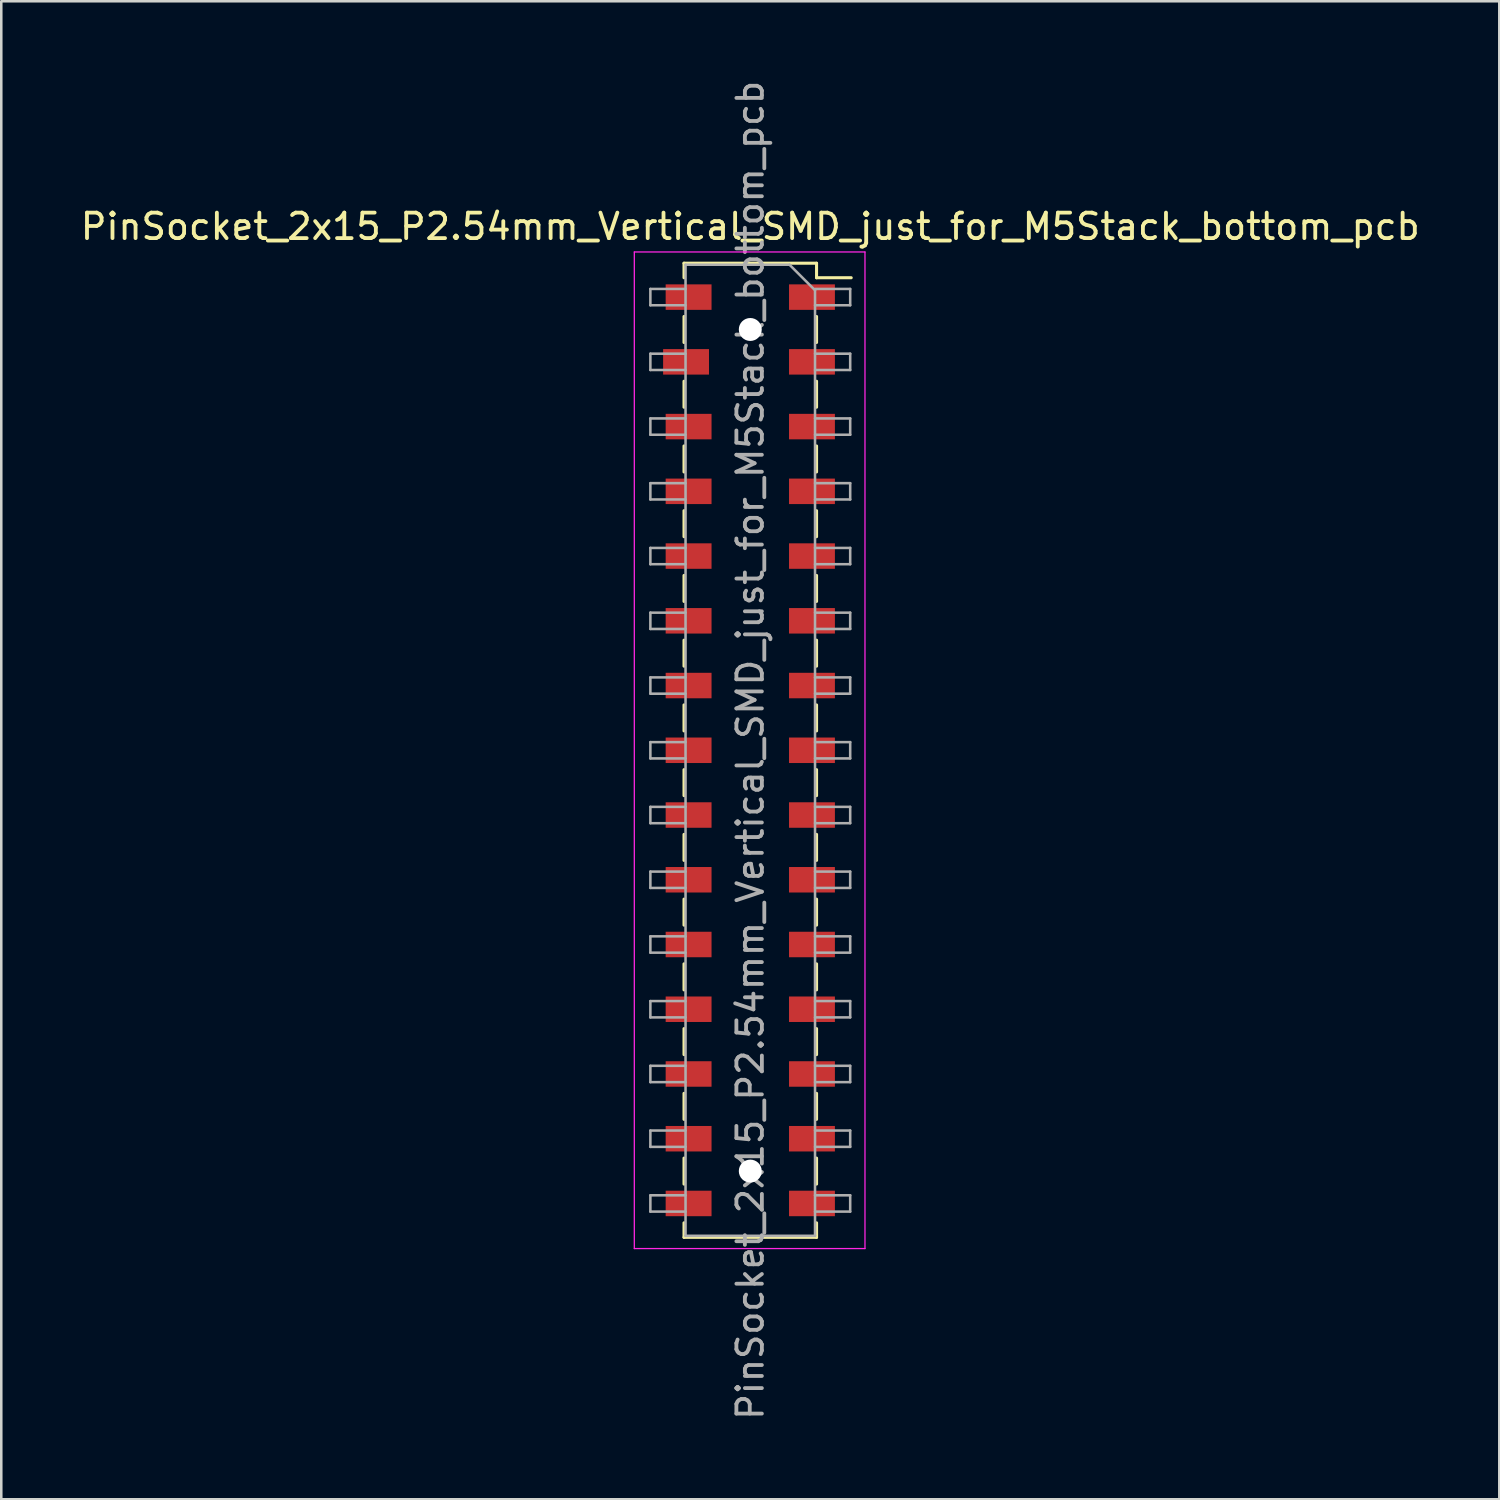
<source format=kicad_pcb>
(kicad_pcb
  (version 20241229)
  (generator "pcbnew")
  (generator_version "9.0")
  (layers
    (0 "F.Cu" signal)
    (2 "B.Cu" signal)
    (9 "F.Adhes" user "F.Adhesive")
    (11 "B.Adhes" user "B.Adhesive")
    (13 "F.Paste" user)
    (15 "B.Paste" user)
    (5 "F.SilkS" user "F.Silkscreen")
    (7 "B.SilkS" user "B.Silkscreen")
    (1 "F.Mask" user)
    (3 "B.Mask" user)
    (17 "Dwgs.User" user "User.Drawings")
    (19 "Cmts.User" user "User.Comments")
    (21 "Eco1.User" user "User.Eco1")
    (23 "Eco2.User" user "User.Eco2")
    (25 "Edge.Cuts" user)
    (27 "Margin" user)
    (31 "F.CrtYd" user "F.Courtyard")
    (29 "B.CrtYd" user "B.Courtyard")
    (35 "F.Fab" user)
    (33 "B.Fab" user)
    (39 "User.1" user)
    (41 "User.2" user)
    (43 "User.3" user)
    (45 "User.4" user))
  (footprint "PinSocket_2x15_P2.54mm_Vertical_SMD_just_for_M5Stack_bottom_pcb"
    (layer "F.Cu")
    (at 26.387 26.387)
    (property "Reference" "PinSocket_2x15_P2.54mm_Vertical_SMD_just_for_M5Stack_bottom_pcb" (at 0 -20.55 0) (layer "F.SilkS") (effects (font (size 1 1) (thickness 0.15))))
    (attr smd)
    (fp_line (start -2.6 -19.11) (end -2.6 -18.54) (stroke (width 0.12) (type solid)) (layer "F.SilkS"))
    (fp_line (start -2.6 -19.11) (end 2.6 -19.11) (stroke (width 0.12) (type solid)) (layer "F.SilkS"))
    (fp_line (start -2.6 -17.02) (end -2.6 -16) (stroke (width 0.12) (type solid)) (layer "F.SilkS"))
    (fp_line (start -2.6 -14.48) (end -2.6 -13.46) (stroke (width 0.12) (type solid)) (layer "F.SilkS"))
    (fp_line (start -2.6 -11.94) (end -2.6 -10.92) (stroke (width 0.12) (type solid)) (layer "F.SilkS"))
    (fp_line (start -2.6 -9.4) (end -2.6 -8.38) (stroke (width 0.12) (type solid)) (layer "F.SilkS"))
    (fp_line (start -2.6 -6.86) (end -2.6 -5.84) (stroke (width 0.12) (type solid)) (layer "F.SilkS"))
    (fp_line (start -2.6 -4.32) (end -2.6 -3.3) (stroke (width 0.12) (type solid)) (layer "F.SilkS"))
    (fp_line (start -2.6 -1.78) (end -2.6 -0.76) (stroke (width 0.12) (type solid)) (layer "F.SilkS"))
    (fp_line (start -2.6 0.76) (end -2.6 1.78) (stroke (width 0.12) (type solid)) (layer "F.SilkS"))
    (fp_line (start -2.6 3.3) (end -2.6 4.32) (stroke (width 0.12) (type solid)) (layer "F.SilkS"))
    (fp_line (start -2.6 5.84) (end -2.6 6.86) (stroke (width 0.12) (type solid)) (layer "F.SilkS"))
    (fp_line (start -2.6 8.38) (end -2.6 9.4) (stroke (width 0.12) (type solid)) (layer "F.SilkS"))
    (fp_line (start -2.6 10.92) (end -2.6 11.94) (stroke (width 0.12) (type solid)) (layer "F.SilkS"))
    (fp_line (start -2.6 13.46) (end -2.6 14.48) (stroke (width 0.12) (type solid)) (layer "F.SilkS"))
    (fp_line (start -2.6 16) (end -2.6 17.02) (stroke (width 0.12) (type solid)) (layer "F.SilkS"))
    (fp_line (start -2.6 18.54) (end -2.6 19.11) (stroke (width 0.12) (type solid)) (layer "F.SilkS"))
    (fp_line (start -2.6 19.11) (end 2.6 19.11) (stroke (width 0.12) (type solid)) (layer "F.SilkS"))
    (fp_line (start 2.6 -19.11) (end 2.6 -18.54) (stroke (width 0.12) (type solid)) (layer "F.SilkS"))
    (fp_line (start 2.6 -18.54) (end 3.96 -18.54) (stroke (width 0.12) (type solid)) (layer "F.SilkS"))
    (fp_line (start 2.6 -17.02) (end 2.6 -16) (stroke (width 0.12) (type solid)) (layer "F.SilkS"))
    (fp_line (start 2.6 -14.48) (end 2.6 -13.46) (stroke (width 0.12) (type solid)) (layer "F.SilkS"))
    (fp_line (start 2.6 -11.94) (end 2.6 -10.92) (stroke (width 0.12) (type solid)) (layer "F.SilkS"))
    (fp_line (start 2.6 -9.4) (end 2.6 -8.38) (stroke (width 0.12) (type solid)) (layer "F.SilkS"))
    (fp_line (start 2.6 -6.86) (end 2.6 -5.84) (stroke (width 0.12) (type solid)) (layer "F.SilkS"))
    (fp_line (start 2.6 -4.32) (end 2.6 -3.3) (stroke (width 0.12) (type solid)) (layer "F.SilkS"))
    (fp_line (start 2.6 -1.78) (end 2.6 -0.76) (stroke (width 0.12) (type solid)) (layer "F.SilkS"))
    (fp_line (start 2.6 0.76) (end 2.6 1.78) (stroke (width 0.12) (type solid)) (layer "F.SilkS"))
    (fp_line (start 2.6 3.3) (end 2.6 4.32) (stroke (width 0.12) (type solid)) (layer "F.SilkS"))
    (fp_line (start 2.6 5.84) (end 2.6 6.86) (stroke (width 0.12) (type solid)) (layer "F.SilkS"))
    (fp_line (start 2.6 8.38) (end 2.6 9.4) (stroke (width 0.12) (type solid)) (layer "F.SilkS"))
    (fp_line (start 2.6 10.92) (end 2.6 11.94) (stroke (width 0.12) (type solid)) (layer "F.SilkS"))
    (fp_line (start 2.6 13.46) (end 2.6 14.48) (stroke (width 0.12) (type solid)) (layer "F.SilkS"))
    (fp_line (start 2.6 16) (end 2.6 17.02) (stroke (width 0.12) (type solid)) (layer "F.SilkS"))
    (fp_line (start 2.6 18.54) (end 2.6 19.11) (stroke (width 0.12) (type solid)) (layer "F.SilkS"))
    (fp_line (start -4.55 -19.55) (end 4.5 -19.55) (stroke (width 0.05) (type solid)) (layer "F.CrtYd"))
    (fp_line (start -4.55 19.55) (end -4.55 -19.55) (stroke (width 0.05) (type solid)) (layer "F.CrtYd"))
    (fp_line (start 4.5 -19.55) (end 4.5 19.55) (stroke (width 0.05) (type solid)) (layer "F.CrtYd"))
    (fp_line (start 4.5 19.55) (end -4.55 19.55) (stroke (width 0.05) (type solid)) (layer "F.CrtYd"))
    (fp_line (start -3.92 -18.1) (end -2.54 -18.1) (stroke (width 0.1) (type solid)) (layer "F.Fab"))
    (fp_line (start -3.92 -17.46) (end -3.92 -18.1) (stroke (width 0.1) (type solid)) (layer "F.Fab"))
    (fp_line (start -3.92 -15.56) (end -2.54 -15.56) (stroke (width 0.1) (type solid)) (layer "F.Fab"))
    (fp_line (start -3.92 -14.92) (end -3.92 -15.56) (stroke (width 0.1) (type solid)) (layer "F.Fab"))
    (fp_line (start -3.92 -13.02) (end -2.54 -13.02) (stroke (width 0.1) (type solid)) (layer "F.Fab"))
    (fp_line (start -3.92 -12.38) (end -3.92 -13.02) (stroke (width 0.1) (type solid)) (layer "F.Fab"))
    (fp_line (start -3.92 -10.48) (end -2.54 -10.48) (stroke (width 0.1) (type solid)) (layer "F.Fab"))
    (fp_line (start -3.92 -9.84) (end -3.92 -10.48) (stroke (width 0.1) (type solid)) (layer "F.Fab"))
    (fp_line (start -3.92 -7.94) (end -2.54 -7.94) (stroke (width 0.1) (type solid)) (layer "F.Fab"))
    (fp_line (start -3.92 -7.3) (end -3.92 -7.94) (stroke (width 0.1) (type solid)) (layer "F.Fab"))
    (fp_line (start -3.92 -5.4) (end -2.54 -5.4) (stroke (width 0.1) (type solid)) (layer "F.Fab"))
    (fp_line (start -3.92 -4.76) (end -3.92 -5.4) (stroke (width 0.1) (type solid)) (layer "F.Fab"))
    (fp_line (start -3.92 -2.86) (end -2.54 -2.86) (stroke (width 0.1) (type solid)) (layer "F.Fab"))
    (fp_line (start -3.92 -2.22) (end -3.92 -2.86) (stroke (width 0.1) (type solid)) (layer "F.Fab"))
    (fp_line (start -3.92 -0.32) (end -2.54 -0.32) (stroke (width 0.1) (type solid)) (layer "F.Fab"))
    (fp_line (start -3.92 0.32) (end -3.92 -0.32) (stroke (width 0.1) (type solid)) (layer "F.Fab"))
    (fp_line (start -3.92 2.22) (end -2.54 2.22) (stroke (width 0.1) (type solid)) (layer "F.Fab"))
    (fp_line (start -3.92 2.86) (end -3.92 2.22) (stroke (width 0.1) (type solid)) (layer "F.Fab"))
    (fp_line (start -3.92 4.76) (end -2.54 4.76) (stroke (width 0.1) (type solid)) (layer "F.Fab"))
    (fp_line (start -3.92 5.4) (end -3.92 4.76) (stroke (width 0.1) (type solid)) (layer "F.Fab"))
    (fp_line (start -3.92 7.3) (end -2.54 7.3) (stroke (width 0.1) (type solid)) (layer "F.Fab"))
    (fp_line (start -3.92 7.94) (end -3.92 7.3) (stroke (width 0.1) (type solid)) (layer "F.Fab"))
    (fp_line (start -3.92 9.84) (end -2.54 9.84) (stroke (width 0.1) (type solid)) (layer "F.Fab"))
    (fp_line (start -3.92 10.48) (end -3.92 9.84) (stroke (width 0.1) (type solid)) (layer "F.Fab"))
    (fp_line (start -3.92 12.38) (end -2.54 12.38) (stroke (width 0.1) (type solid)) (layer "F.Fab"))
    (fp_line (start -3.92 13.02) (end -3.92 12.38) (stroke (width 0.1) (type solid)) (layer "F.Fab"))
    (fp_line (start -3.92 14.92) (end -2.54 14.92) (stroke (width 0.1) (type solid)) (layer "F.Fab"))
    (fp_line (start -3.92 15.56) (end -3.92 14.92) (stroke (width 0.1) (type solid)) (layer "F.Fab"))
    (fp_line (start -3.92 17.46) (end -2.54 17.46) (stroke (width 0.1) (type solid)) (layer "F.Fab"))
    (fp_line (start -3.92 18.1) (end -3.92 17.46) (stroke (width 0.1) (type solid)) (layer "F.Fab"))
    (fp_line (start -2.54 -19.05) (end 1.54 -19.05) (stroke (width 0.1) (type solid)) (layer "F.Fab"))
    (fp_line (start -2.54 -17.46) (end -3.92 -17.46) (stroke (width 0.1) (type solid)) (layer "F.Fab"))
    (fp_line (start -2.54 -14.92) (end -3.92 -14.92) (stroke (width 0.1) (type solid)) (layer "F.Fab"))
    (fp_line (start -2.54 -12.38) (end -3.92 -12.38) (stroke (width 0.1) (type solid)) (layer "F.Fab"))
    (fp_line (start -2.54 -9.84) (end -3.92 -9.84) (stroke (width 0.1) (type solid)) (layer "F.Fab"))
    (fp_line (start -2.54 -7.3) (end -3.92 -7.3) (stroke (width 0.1) (type solid)) (layer "F.Fab"))
    (fp_line (start -2.54 -4.76) (end -3.92 -4.76) (stroke (width 0.1) (type solid)) (layer "F.Fab"))
    (fp_line (start -2.54 -2.22) (end -3.92 -2.22) (stroke (width 0.1) (type solid)) (layer "F.Fab"))
    (fp_line (start -2.54 0.32) (end -3.92 0.32) (stroke (width 0.1) (type solid)) (layer "F.Fab"))
    (fp_line (start -2.54 2.86) (end -3.92 2.86) (stroke (width 0.1) (type solid)) (layer "F.Fab"))
    (fp_line (start -2.54 5.4) (end -3.92 5.4) (stroke (width 0.1) (type solid)) (layer "F.Fab"))
    (fp_line (start -2.54 7.94) (end -3.92 7.94) (stroke (width 0.1) (type solid)) (layer "F.Fab"))
    (fp_line (start -2.54 10.48) (end -3.92 10.48) (stroke (width 0.1) (type solid)) (layer "F.Fab"))
    (fp_line (start -2.54 13.02) (end -3.92 13.02) (stroke (width 0.1) (type solid)) (layer "F.Fab"))
    (fp_line (start -2.54 15.56) (end -3.92 15.56) (stroke (width 0.1) (type solid)) (layer "F.Fab"))
    (fp_line (start -2.54 18.1) (end -3.92 18.1) (stroke (width 0.1) (type solid)) (layer "F.Fab"))
    (fp_line (start -2.54 19.05) (end -2.54 -19.05) (stroke (width 0.1) (type solid)) (layer "F.Fab"))
    (fp_line (start 1.54 -19.05) (end 2.54 -18.05) (stroke (width 0.1) (type solid)) (layer "F.Fab"))
    (fp_line (start 2.54 -18.1) (end 3.92 -18.1) (stroke (width 0.1) (type solid)) (layer "F.Fab"))
    (fp_line (start 2.54 -18.05) (end 2.54 19.05) (stroke (width 0.1) (type solid)) (layer "F.Fab"))
    (fp_line (start 2.54 -15.56) (end 3.92 -15.56) (stroke (width 0.1) (type solid)) (layer "F.Fab"))
    (fp_line (start 2.54 -13.02) (end 3.92 -13.02) (stroke (width 0.1) (type solid)) (layer "F.Fab"))
    (fp_line (start 2.54 -10.48) (end 3.92 -10.48) (stroke (width 0.1) (type solid)) (layer "F.Fab"))
    (fp_line (start 2.54 -7.94) (end 3.92 -7.94) (stroke (width 0.1) (type solid)) (layer "F.Fab"))
    (fp_line (start 2.54 -5.4) (end 3.92 -5.4) (stroke (width 0.1) (type solid)) (layer "F.Fab"))
    (fp_line (start 2.54 -2.86) (end 3.92 -2.86) (stroke (width 0.1) (type solid)) (layer "F.Fab"))
    (fp_line (start 2.54 -0.32) (end 3.92 -0.32) (stroke (width 0.1) (type solid)) (layer "F.Fab"))
    (fp_line (start 2.54 2.22) (end 3.92 2.22) (stroke (width 0.1) (type solid)) (layer "F.Fab"))
    (fp_line (start 2.54 4.76) (end 3.92 4.76) (stroke (width 0.1) (type solid)) (layer "F.Fab"))
    (fp_line (start 2.54 7.3) (end 3.92 7.3) (stroke (width 0.1) (type solid)) (layer "F.Fab"))
    (fp_line (start 2.54 9.84) (end 3.92 9.84) (stroke (width 0.1) (type solid)) (layer "F.Fab"))
    (fp_line (start 2.54 12.38) (end 3.92 12.38) (stroke (width 0.1) (type solid)) (layer "F.Fab"))
    (fp_line (start 2.54 14.92) (end 3.92 14.92) (stroke (width 0.1) (type solid)) (layer "F.Fab"))
    (fp_line (start 2.54 17.46) (end 3.92 17.46) (stroke (width 0.1) (type solid)) (layer "F.Fab"))
    (fp_line (start 2.54 19.05) (end -2.54 19.05) (stroke (width 0.1) (type solid)) (layer "F.Fab"))
    (fp_line (start 3.92 -18.1) (end 3.92 -17.46) (stroke (width 0.1) (type solid)) (layer "F.Fab"))
    (fp_line (start 3.92 -17.46) (end 2.54 -17.46) (stroke (width 0.1) (type solid)) (layer "F.Fab"))
    (fp_line (start 3.92 -15.56) (end 3.92 -14.92) (stroke (width 0.1) (type solid)) (layer "F.Fab"))
    (fp_line (start 3.92 -14.92) (end 2.54 -14.92) (stroke (width 0.1) (type solid)) (layer "F.Fab"))
    (fp_line (start 3.92 -13.02) (end 3.92 -12.38) (stroke (width 0.1) (type solid)) (layer "F.Fab"))
    (fp_line (start 3.92 -12.38) (end 2.54 -12.38) (stroke (width 0.1) (type solid)) (layer "F.Fab"))
    (fp_line (start 3.92 -10.48) (end 3.92 -9.84) (stroke (width 0.1) (type solid)) (layer "F.Fab"))
    (fp_line (start 3.92 -9.84) (end 2.54 -9.84) (stroke (width 0.1) (type solid)) (layer "F.Fab"))
    (fp_line (start 3.92 -7.94) (end 3.92 -7.3) (stroke (width 0.1) (type solid)) (layer "F.Fab"))
    (fp_line (start 3.92 -7.3) (end 2.54 -7.3) (stroke (width 0.1) (type solid)) (layer "F.Fab"))
    (fp_line (start 3.92 -5.4) (end 3.92 -4.76) (stroke (width 0.1) (type solid)) (layer "F.Fab"))
    (fp_line (start 3.92 -4.76) (end 2.54 -4.76) (stroke (width 0.1) (type solid)) (layer "F.Fab"))
    (fp_line (start 3.92 -2.86) (end 3.92 -2.22) (stroke (width 0.1) (type solid)) (layer "F.Fab"))
    (fp_line (start 3.92 -2.22) (end 2.54 -2.22) (stroke (width 0.1) (type solid)) (layer "F.Fab"))
    (fp_line (start 3.92 -0.32) (end 3.92 0.32) (stroke (width 0.1) (type solid)) (layer "F.Fab"))
    (fp_line (start 3.92 0.32) (end 2.54 0.32) (stroke (width 0.1) (type solid)) (layer "F.Fab"))
    (fp_line (start 3.92 2.22) (end 3.92 2.86) (stroke (width 0.1) (type solid)) (layer "F.Fab"))
    (fp_line (start 3.92 2.86) (end 2.54 2.86) (stroke (width 0.1) (type solid)) (layer "F.Fab"))
    (fp_line (start 3.92 4.76) (end 3.92 5.4) (stroke (width 0.1) (type solid)) (layer "F.Fab"))
    (fp_line (start 3.92 5.4) (end 2.54 5.4) (stroke (width 0.1) (type solid)) (layer "F.Fab"))
    (fp_line (start 3.92 7.3) (end 3.92 7.94) (stroke (width 0.1) (type solid)) (layer "F.Fab"))
    (fp_line (start 3.92 7.94) (end 2.54 7.94) (stroke (width 0.1) (type solid)) (layer "F.Fab"))
    (fp_line (start 3.92 9.84) (end 3.92 10.48) (stroke (width 0.1) (type solid)) (layer "F.Fab"))
    (fp_line (start 3.92 10.48) (end 2.54 10.48) (stroke (width 0.1) (type solid)) (layer "F.Fab"))
    (fp_line (start 3.92 12.38) (end 3.92 13.02) (stroke (width 0.1) (type solid)) (layer "F.Fab"))
    (fp_line (start 3.92 13.02) (end 2.54 13.02) (stroke (width 0.1) (type solid)) (layer "F.Fab"))
    (fp_line (start 3.92 14.92) (end 3.92 15.56) (stroke (width 0.1) (type solid)) (layer "F.Fab"))
    (fp_line (start 3.92 15.56) (end 2.54 15.56) (stroke (width 0.1) (type solid)) (layer "F.Fab"))
    (fp_line (start 3.92 17.46) (end 3.92 18.1) (stroke (width 0.1) (type solid)) (layer "F.Fab"))
    (fp_line (start 3.92 18.1) (end 2.54 18.1) (stroke (width 0.1) (type solid)) (layer "F.Fab"))
    (fp_text user "${REFERENCE}" (at 0 0 90) (layer "F.Fab") (effects (font (size 1 1) (thickness 0.15))))
    (pad "" np_thru_hole circle (at 0 -16.51) (size 0.9 0.9) (drill 0.9) (layers "*.Cu" "*.Mask"))
    (pad "" np_thru_hole circle (at 0 16.51) (size 0.9 0.9) (drill 0.9) (layers "*.Cu" "*.Mask"))
    (pad "1" smd rect (at 2.42 -17.78) (size 1.8 1) (layers "F.Cu" "F.Mask" "F.Paste"))
    (pad "2" smd rect (at -2.42 -17.78) (size 1.8 1) (layers "F.Cu" "F.Mask" "F.Paste"))
    (pad "3" smd rect (at 2.42 -15.24) (size 1.8 1) (layers "F.Cu" "F.Mask" "F.Paste"))
    (pad "4" smd rect (at -2.52 -15.24) (size 1.8 1) (layers "F.Cu" "F.Mask" "F.Paste"))
    (pad "5" smd rect (at 2.42 -12.7) (size 1.8 1) (layers "F.Cu" "F.Mask" "F.Paste"))
    (pad "6" smd rect (at -2.42 -12.7) (size 1.8 1) (layers "F.Cu" "F.Mask" "F.Paste"))
    (pad "7" smd rect (at 2.42 -10.16) (size 1.8 1) (layers "F.Cu" "F.Mask" "F.Paste"))
    (pad "8" smd rect (at -2.42 -10.16) (size 1.8 1) (layers "F.Cu" "F.Mask" "F.Paste"))
    (pad "9" smd rect (at 2.42 -7.62) (size 1.8 1) (layers "F.Cu" "F.Mask" "F.Paste"))
    (pad "10" smd rect (at -2.42 -7.62) (size 1.8 1) (layers "F.Cu" "F.Mask" "F.Paste"))
    (pad "11" smd rect (at 2.42 -5.08) (size 1.8 1) (layers "F.Cu" "F.Mask" "F.Paste"))
    (pad "12" smd rect (at -2.42 -5.08) (size 1.8 1) (layers "F.Cu" "F.Mask" "F.Paste"))
    (pad "13" smd rect (at 2.42 -2.54) (size 1.8 1) (layers "F.Cu" "F.Mask" "F.Paste"))
    (pad "14" smd rect (at -2.42 -2.54) (size 1.8 1) (layers "F.Cu" "F.Mask" "F.Paste"))
    (pad "15" smd rect (at 2.42 0) (size 1.8 1) (layers "F.Cu" "F.Mask" "F.Paste"))
    (pad "16" smd rect (at -2.42 0) (size 1.8 1) (layers "F.Cu" "F.Mask" "F.Paste"))
    (pad "17" smd rect (at 2.42 2.54) (size 1.8 1) (layers "F.Cu" "F.Mask" "F.Paste"))
    (pad "18" smd rect (at -2.42 2.54) (size 1.8 1) (layers "F.Cu" "F.Mask" "F.Paste"))
    (pad "19" smd rect (at 2.42 5.08) (size 1.8 1) (layers "F.Cu" "F.Mask" "F.Paste"))
    (pad "20" smd rect (at -2.42 5.08) (size 1.8 1) (layers "F.Cu" "F.Mask" "F.Paste"))
    (pad "21" smd rect (at 2.42 7.62) (size 1.8 1) (layers "F.Cu" "F.Mask" "F.Paste"))
    (pad "22" smd rect (at -2.42 7.62) (size 1.8 1) (layers "F.Cu" "F.Mask" "F.Paste"))
    (pad "23" smd rect (at 2.42 10.16) (size 1.8 1) (layers "F.Cu" "F.Mask" "F.Paste"))
    (pad "24" smd rect (at -2.42 10.16) (size 1.8 1) (layers "F.Cu" "F.Mask" "F.Paste"))
    (pad "25" smd rect (at 2.42 12.7) (size 1.8 1) (layers "F.Cu" "F.Mask" "F.Paste"))
    (pad "26" smd rect (at -2.42 12.7) (size 1.8 1) (layers "F.Cu" "F.Mask" "F.Paste"))
    (pad "27" smd rect (at 2.42 15.24) (size 1.8 1) (layers "F.Cu" "F.Mask" "F.Paste"))
    (pad "28" smd rect (at -2.42 15.24) (size 1.8 1) (layers "F.Cu" "F.Mask" "F.Paste"))
    (pad "29" smd rect (at 2.42 17.78) (size 1.8 1) (layers "F.Cu" "F.Mask" "F.Paste"))
    (pad "30" smd rect (at -2.42 17.78) (size 1.8 1) (layers "F.Cu" "F.Mask" "F.Paste")))
  (gr_rect
    (start -3 -3)
    (end 55.774 55.774)
    (stroke (width 0.1) (type default))
    (fill no)
    (layer "Edge.Cuts")))
</source>
